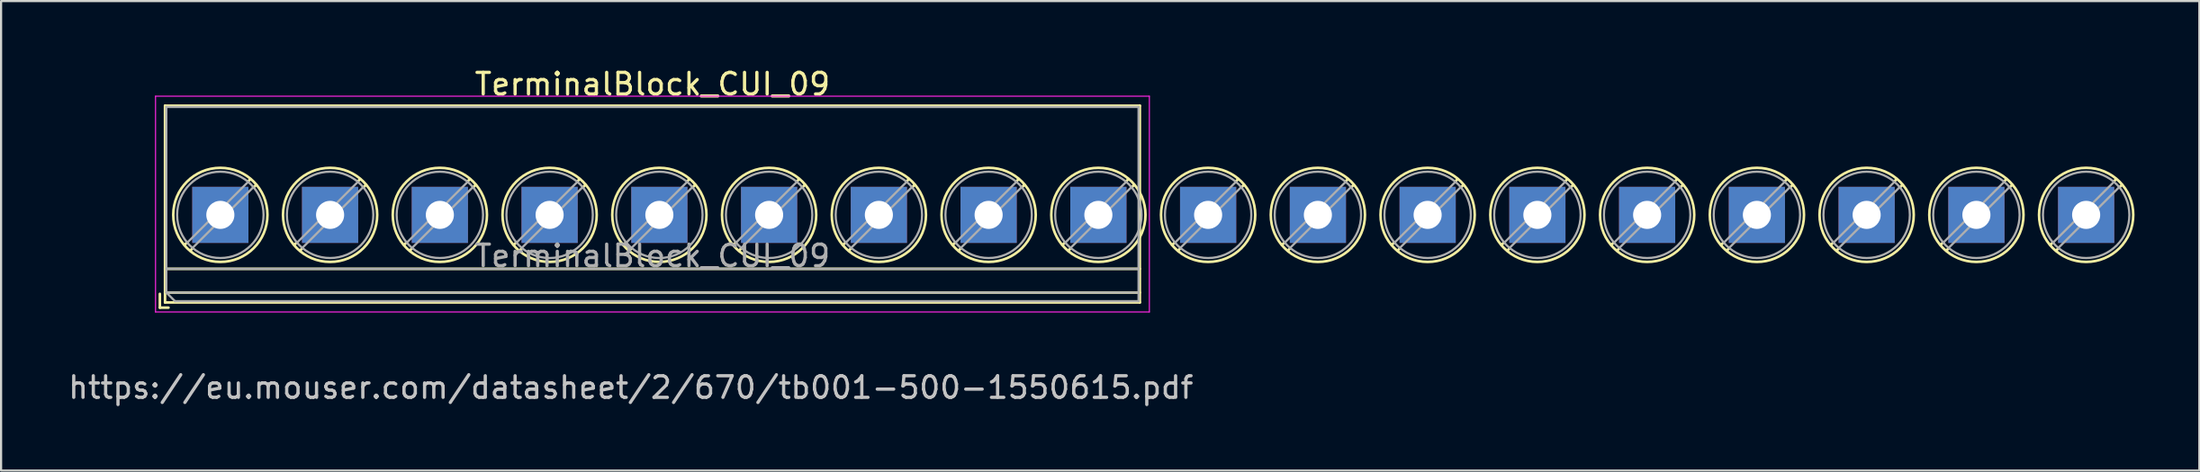
<source format=kicad_pcb>
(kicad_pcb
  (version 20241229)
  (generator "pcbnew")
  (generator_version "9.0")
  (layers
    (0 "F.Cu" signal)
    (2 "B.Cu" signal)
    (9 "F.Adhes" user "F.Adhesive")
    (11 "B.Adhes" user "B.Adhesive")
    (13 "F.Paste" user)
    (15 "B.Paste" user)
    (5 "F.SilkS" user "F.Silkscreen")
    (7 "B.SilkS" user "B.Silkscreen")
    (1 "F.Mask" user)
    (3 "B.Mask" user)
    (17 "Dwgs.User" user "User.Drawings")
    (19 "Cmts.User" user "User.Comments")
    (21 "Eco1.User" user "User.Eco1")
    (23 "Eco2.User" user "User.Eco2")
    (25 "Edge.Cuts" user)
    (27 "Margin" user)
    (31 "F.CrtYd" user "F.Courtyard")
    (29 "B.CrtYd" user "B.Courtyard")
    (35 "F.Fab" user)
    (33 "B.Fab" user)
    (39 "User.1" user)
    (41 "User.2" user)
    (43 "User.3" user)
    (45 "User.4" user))
  (footprint "TerminalBlock_CUI_09"
    (layer "F.Cu")
    (at 7.149 6.908)
    (property "Reference" "TerminalBlock_CUI_09" (at 20 -6.06 0) (layer "F.SilkS") (effects (font (size 1 1) (thickness 0.15))))
    (attr through_hole)
    (fp_line (start -2.8 3.66) (end -2.8 4.3) (stroke (width 0.12) (type solid)) (layer "F.SilkS"))
    (fp_line (start -2.8 4.3) (end -2.4 4.3) (stroke (width 0.12) (type solid)) (layer "F.SilkS"))
    (fp_line (start -2.56 -5.06) (end -2.56 4.06) (stroke (width 0.12) (type solid)) (layer "F.SilkS"))
    (fp_line (start -2.56 -5.06) (end 42.56 -5.06) (stroke (width 0.12) (type solid)) (layer "F.SilkS"))
    (fp_line (start -2.56 2.5) (end 42.56 2.5) (stroke (width 0.12) (type solid)) (layer "F.SilkS"))
    (fp_line (start -2.56 3.6) (end 42.56 3.6) (stroke (width 0.12) (type solid)) (layer "F.SilkS"))
    (fp_line (start -2.56 4.06) (end 42.56 4.06) (stroke (width 0.12) (type solid)) (layer "F.SilkS"))
    (fp_line (start -1.548 1.281) (end -1.654 1.388) (stroke (width 0.12) (type solid)) (layer "F.SilkS"))
    (fp_line (start -1.282 1.547) (end -1.388 1.654) (stroke (width 0.12) (type solid)) (layer "F.SilkS"))
    (fp_line (start 1.388 -1.654) (end 1.281 -1.547) (stroke (width 0.12) (type solid)) (layer "F.SilkS"))
    (fp_line (start 1.654 -1.388) (end 1.547 -1.281) (stroke (width 0.12) (type solid)) (layer "F.SilkS"))
    (fp_line (start 3.532 1.281) (end 3.426 1.388) (stroke (width 0.12) (type solid)) (layer "F.SilkS"))
    (fp_line (start 3.798 1.547) (end 3.692 1.654) (stroke (width 0.12) (type solid)) (layer "F.SilkS"))
    (fp_line (start 6.468 -1.654) (end 6.361 -1.547) (stroke (width 0.12) (type solid)) (layer "F.SilkS"))
    (fp_line (start 6.734 -1.388) (end 6.627 -1.281) (stroke (width 0.12) (type solid)) (layer "F.SilkS"))
    (fp_line (start 8.612 1.281) (end 8.506 1.388) (stroke (width 0.12) (type solid)) (layer "F.SilkS"))
    (fp_line (start 8.878 1.547) (end 8.772 1.654) (stroke (width 0.12) (type solid)) (layer "F.SilkS"))
    (fp_line (start 11.548 -1.654) (end 11.441 -1.547) (stroke (width 0.12) (type solid)) (layer "F.SilkS"))
    (fp_line (start 11.814 -1.388) (end 11.707 -1.281) (stroke (width 0.12) (type solid)) (layer "F.SilkS"))
    (fp_line (start 13.692 1.281) (end 13.586 1.388) (stroke (width 0.12) (type solid)) (layer "F.SilkS"))
    (fp_line (start 13.958 1.547) (end 13.852 1.654) (stroke (width 0.12) (type solid)) (layer "F.SilkS"))
    (fp_line (start 16.628 -1.654) (end 16.521 -1.547) (stroke (width 0.12) (type solid)) (layer "F.SilkS"))
    (fp_line (start 16.894 -1.388) (end 16.787 -1.281) (stroke (width 0.12) (type solid)) (layer "F.SilkS"))
    (fp_line (start 18.772 1.281) (end 18.666 1.388) (stroke (width 0.12) (type solid)) (layer "F.SilkS"))
    (fp_line (start 19.038 1.547) (end 18.932 1.654) (stroke (width 0.12) (type solid)) (layer "F.SilkS"))
    (fp_line (start 21.708 -1.654) (end 21.601 -1.547) (stroke (width 0.12) (type solid)) (layer "F.SilkS"))
    (fp_line (start 21.974 -1.388) (end 21.867 -1.281) (stroke (width 0.12) (type solid)) (layer "F.SilkS"))
    (fp_line (start 23.852 1.281) (end 23.746 1.388) (stroke (width 0.12) (type solid)) (layer "F.SilkS"))
    (fp_line (start 24.118 1.547) (end 24.012 1.654) (stroke (width 0.12) (type solid)) (layer "F.SilkS"))
    (fp_line (start 26.788 -1.654) (end 26.681 -1.547) (stroke (width 0.12) (type solid)) (layer "F.SilkS"))
    (fp_line (start 27.054 -1.388) (end 26.947 -1.281) (stroke (width 0.12) (type solid)) (layer "F.SilkS"))
    (fp_line (start 28.932 1.281) (end 28.826 1.388) (stroke (width 0.12) (type solid)) (layer "F.SilkS"))
    (fp_line (start 29.198 1.547) (end 29.092 1.654) (stroke (width 0.12) (type solid)) (layer "F.SilkS"))
    (fp_line (start 31.868 -1.654) (end 31.761 -1.547) (stroke (width 0.12) (type solid)) (layer "F.SilkS"))
    (fp_line (start 32.134 -1.388) (end 32.027 -1.281) (stroke (width 0.12) (type solid)) (layer "F.SilkS"))
    (fp_line (start 34.012 1.281) (end 33.906 1.388) (stroke (width 0.12) (type solid)) (layer "F.SilkS"))
    (fp_line (start 34.278 1.547) (end 34.172 1.654) (stroke (width 0.12) (type solid)) (layer "F.SilkS"))
    (fp_line (start 36.948 -1.654) (end 36.841 -1.547) (stroke (width 0.12) (type solid)) (layer "F.SilkS"))
    (fp_line (start 37.214 -1.388) (end 37.107 -1.281) (stroke (width 0.12) (type solid)) (layer "F.SilkS"))
    (fp_line (start 39.092 1.281) (end 38.986 1.388) (stroke (width 0.12) (type solid)) (layer "F.SilkS"))
    (fp_line (start 39.358 1.547) (end 39.252 1.654) (stroke (width 0.12) (type solid)) (layer "F.SilkS"))
    (fp_line (start 42.028 -1.654) (end 41.921 -1.547) (stroke (width 0.12) (type solid)) (layer "F.SilkS"))
    (fp_line (start 42.294 -1.388) (end 42.187 -1.281) (stroke (width 0.12) (type solid)) (layer "F.SilkS"))
    (fp_line (start 42.56 -5.06) (end 42.56 4.06) (stroke (width 0.12) (type solid)) (layer "F.SilkS"))
    (fp_line (start 44.172 1.281) (end 44.066 1.388) (stroke (width 0.12) (type solid)) (layer "F.SilkS"))
    (fp_line (start 44.438 1.547) (end 44.332 1.654) (stroke (width 0.12) (type solid)) (layer "F.SilkS"))
    (fp_line (start 47.108 -1.654) (end 47.001 -1.547) (stroke (width 0.12) (type solid)) (layer "F.SilkS"))
    (fp_line (start 47.374 -1.388) (end 47.267 -1.281) (stroke (width 0.12) (type solid)) (layer "F.SilkS"))
    (fp_line (start 49.252 1.281) (end 49.146 1.388) (stroke (width 0.12) (type solid)) (layer "F.SilkS"))
    (fp_line (start 49.518 1.547) (end 49.412 1.654) (stroke (width 0.12) (type solid)) (layer "F.SilkS"))
    (fp_line (start 52.188 -1.654) (end 52.081 -1.547) (stroke (width 0.12) (type solid)) (layer "F.SilkS"))
    (fp_line (start 52.454 -1.388) (end 52.347 -1.281) (stroke (width 0.12) (type solid)) (layer "F.SilkS"))
    (fp_line (start 54.332 1.281) (end 54.226 1.388) (stroke (width 0.12) (type solid)) (layer "F.SilkS"))
    (fp_line (start 54.598 1.547) (end 54.492 1.654) (stroke (width 0.12) (type solid)) (layer "F.SilkS"))
    (fp_line (start 57.268 -1.654) (end 57.161 -1.547) (stroke (width 0.12) (type solid)) (layer "F.SilkS"))
    (fp_line (start 57.534 -1.388) (end 57.427 -1.281) (stroke (width 0.12) (type solid)) (layer "F.SilkS"))
    (fp_line (start 59.412 1.281) (end 59.306 1.388) (stroke (width 0.12) (type solid)) (layer "F.SilkS"))
    (fp_line (start 59.678 1.547) (end 59.572 1.654) (stroke (width 0.12) (type solid)) (layer "F.SilkS"))
    (fp_line (start 62.348 -1.654) (end 62.241 -1.547) (stroke (width 0.12) (type solid)) (layer "F.SilkS"))
    (fp_line (start 62.614 -1.388) (end 62.507 -1.281) (stroke (width 0.12) (type solid)) (layer "F.SilkS"))
    (fp_line (start 64.492 1.281) (end 64.386 1.388) (stroke (width 0.12) (type solid)) (layer "F.SilkS"))
    (fp_line (start 64.758 1.547) (end 64.652 1.654) (stroke (width 0.12) (type solid)) (layer "F.SilkS"))
    (fp_line (start 67.428 -1.654) (end 67.321 -1.547) (stroke (width 0.12) (type solid)) (layer "F.SilkS"))
    (fp_line (start 67.694 -1.388) (end 67.587 -1.281) (stroke (width 0.12) (type solid)) (layer "F.SilkS"))
    (fp_line (start 69.572 1.281) (end 69.466 1.388) (stroke (width 0.12) (type solid)) (layer "F.SilkS"))
    (fp_line (start 69.838 1.547) (end 69.732 1.654) (stroke (width 0.12) (type solid)) (layer "F.SilkS"))
    (fp_line (start 72.508 -1.654) (end 72.401 -1.547) (stroke (width 0.12) (type solid)) (layer "F.SilkS"))
    (fp_line (start 72.774 -1.388) (end 72.667 -1.281) (stroke (width 0.12) (type solid)) (layer "F.SilkS"))
    (fp_line (start 74.652 1.281) (end 74.546 1.388) (stroke (width 0.12) (type solid)) (layer "F.SilkS"))
    (fp_line (start 74.918 1.547) (end 74.812 1.654) (stroke (width 0.12) (type solid)) (layer "F.SilkS"))
    (fp_line (start 77.588 -1.654) (end 77.481 -1.547) (stroke (width 0.12) (type solid)) (layer "F.SilkS"))
    (fp_line (start 77.854 -1.388) (end 77.747 -1.281) (stroke (width 0.12) (type solid)) (layer "F.SilkS"))
    (fp_line (start 79.732 1.281) (end 79.626 1.388) (stroke (width 0.12) (type solid)) (layer "F.SilkS"))
    (fp_line (start 79.998 1.547) (end 79.892 1.654) (stroke (width 0.12) (type solid)) (layer "F.SilkS"))
    (fp_line (start 82.668 -1.654) (end 82.561 -1.547) (stroke (width 0.12) (type solid)) (layer "F.SilkS"))
    (fp_line (start 82.934 -1.388) (end 82.827 -1.281) (stroke (width 0.12) (type solid)) (layer "F.SilkS"))
    (fp_line (start 84.812 1.281) (end 84.706 1.388) (stroke (width 0.12) (type solid)) (layer "F.SilkS"))
    (fp_line (start 85.078 1.547) (end 84.972 1.654) (stroke (width 0.12) (type solid)) (layer "F.SilkS"))
    (fp_line (start 87.748 -1.654) (end 87.641 -1.547) (stroke (width 0.12) (type solid)) (layer "F.SilkS"))
    (fp_line (start 88.014 -1.388) (end 87.907 -1.281) (stroke (width 0.12) (type solid)) (layer "F.SilkS"))
    (fp_circle (center 0 0) (end 2.18 0) (stroke (width 0.12) (type solid)) (fill no) (layer "F.SilkS"))
    (fp_circle (center 5.08 0) (end 7.26 0) (stroke (width 0.12) (type solid)) (fill no) (layer "F.SilkS"))
    (fp_circle (center 10.16 0) (end 12.34 0) (stroke (width 0.12) (type solid)) (fill no) (layer "F.SilkS"))
    (fp_circle (center 15.24 0) (end 17.42 0) (stroke (width 0.12) (type solid)) (fill no) (layer "F.SilkS"))
    (fp_circle (center 20.32 0) (end 22.5 0) (stroke (width 0.12) (type solid)) (fill no) (layer "F.SilkS"))
    (fp_circle (center 25.4 0) (end 27.58 0) (stroke (width 0.12) (type solid)) (fill no) (layer "F.SilkS"))
    (fp_circle (center 30.48 0) (end 32.66 0) (stroke (width 0.12) (type solid)) (fill no) (layer "F.SilkS"))
    (fp_circle (center 35.56 0) (end 37.74 0) (stroke (width 0.12) (type solid)) (fill no) (layer "F.SilkS"))
    (fp_circle (center 40.64 0) (end 42.82 0) (stroke (width 0.12) (type solid)) (fill no) (layer "F.SilkS"))
    (fp_circle (center 45.72 0) (end 47.9 0) (stroke (width 0.12) (type solid)) (fill no) (layer "F.SilkS"))
    (fp_circle (center 50.8 0) (end 52.98 0) (stroke (width 0.12) (type solid)) (fill no) (layer "F.SilkS"))
    (fp_circle (center 55.88 0) (end 58.06 0) (stroke (width 0.12) (type solid)) (fill no) (layer "F.SilkS"))
    (fp_circle (center 60.96 0) (end 63.14 0) (stroke (width 0.12) (type solid)) (fill no) (layer "F.SilkS"))
    (fp_circle (center 66.04 0) (end 68.22 0) (stroke (width 0.12) (type solid)) (fill no) (layer "F.SilkS"))
    (fp_circle (center 71.12 0) (end 73.3 0) (stroke (width 0.12) (type solid)) (fill no) (layer "F.SilkS"))
    (fp_circle (center 76.2 0) (end 78.38 0) (stroke (width 0.12) (type solid)) (fill no) (layer "F.SilkS"))
    (fp_circle (center 81.28 0) (end 83.46 0) (stroke (width 0.12) (type solid)) (fill no) (layer "F.SilkS"))
    (fp_circle (center 86.36 0) (end 88.54 0) (stroke (width 0.12) (type solid)) (fill no) (layer "F.SilkS"))
    (fp_line (start -3 -5.5) (end -3 4.5) (stroke (width 0.05) (type solid)) (layer "F.CrtYd"))
    (fp_line (start -3 4.5) (end 43 4.5) (stroke (width 0.05) (type solid)) (layer "F.CrtYd"))
    (fp_line (start 43 -5.5) (end -3 -5.5) (stroke (width 0.05) (type solid)) (layer "F.CrtYd"))
    (fp_line (start 43 4.5) (end 43 -5.5) (stroke (width 0.05) (type solid)) (layer "F.CrtYd"))
    (fp_line (start -2.5 -5) (end 42.5 -5) (stroke (width 0.1) (type solid)) (layer "F.Fab"))
    (fp_line (start -2.5 2.5) (end 42.5 2.5) (stroke (width 0.1) (type solid)) (layer "F.Fab"))
    (fp_line (start -2.5 3.6) (end -2.5 -5) (stroke (width 0.1) (type solid)) (layer "F.Fab"))
    (fp_line (start -2.5 3.6) (end 42.5 3.6) (stroke (width 0.1) (type solid)) (layer "F.Fab"))
    (fp_line (start -2.1 4) (end -2.5 3.6) (stroke (width 0.1) (type solid)) (layer "F.Fab"))
    (fp_line (start 1.273 -1.517) (end -1.517 1.273) (stroke (width 0.1) (type solid)) (layer "F.Fab"))
    (fp_line (start 1.517 -1.273) (end -1.273 1.517) (stroke (width 0.1) (type solid)) (layer "F.Fab"))
    (fp_line (start 6.353 -1.517) (end 3.563 1.273) (stroke (width 0.1) (type solid)) (layer "F.Fab"))
    (fp_line (start 6.597 -1.273) (end 3.807 1.517) (stroke (width 0.1) (type solid)) (layer "F.Fab"))
    (fp_line (start 11.433 -1.517) (end 8.643 1.273) (stroke (width 0.1) (type solid)) (layer "F.Fab"))
    (fp_line (start 11.677 -1.273) (end 8.887 1.517) (stroke (width 0.1) (type solid)) (layer "F.Fab"))
    (fp_line (start 16.513 -1.517) (end 13.723 1.273) (stroke (width 0.1) (type solid)) (layer "F.Fab"))
    (fp_line (start 16.757 -1.273) (end 13.967 1.517) (stroke (width 0.1) (type solid)) (layer "F.Fab"))
    (fp_line (start 21.593 -1.517) (end 18.803 1.273) (stroke (width 0.1) (type solid)) (layer "F.Fab"))
    (fp_line (start 21.837 -1.273) (end 19.047 1.517) (stroke (width 0.1) (type solid)) (layer "F.Fab"))
    (fp_line (start 26.673 -1.517) (end 23.883 1.273) (stroke (width 0.1) (type solid)) (layer "F.Fab"))
    (fp_line (start 26.917 -1.273) (end 24.127 1.517) (stroke (width 0.1) (type solid)) (layer "F.Fab"))
    (fp_line (start 31.753 -1.517) (end 28.963 1.273) (stroke (width 0.1) (type solid)) (layer "F.Fab"))
    (fp_line (start 31.997 -1.273) (end 29.207 1.517) (stroke (width 0.1) (type solid)) (layer "F.Fab"))
    (fp_line (start 36.833 -1.517) (end 34.043 1.273) (stroke (width 0.1) (type solid)) (layer "F.Fab"))
    (fp_line (start 37.077 -1.273) (end 34.287 1.517) (stroke (width 0.1) (type solid)) (layer "F.Fab"))
    (fp_line (start 41.913 -1.517) (end 39.123 1.273) (stroke (width 0.1) (type solid)) (layer "F.Fab"))
    (fp_line (start 42.157 -1.273) (end 39.367 1.517) (stroke (width 0.1) (type solid)) (layer "F.Fab"))
    (fp_line (start 42.5 -5) (end 42.5 4) (stroke (width 0.1) (type solid)) (layer "F.Fab"))
    (fp_line (start 42.5 4) (end -2.1 4) (stroke (width 0.1) (type solid)) (layer "F.Fab"))
    (fp_line (start 46.993 -1.517) (end 44.203 1.273) (stroke (width 0.1) (type solid)) (layer "F.Fab"))
    (fp_line (start 47.237 -1.273) (end 44.447 1.517) (stroke (width 0.1) (type solid)) (layer "F.Fab"))
    (fp_line (start 52.073 -1.517) (end 49.283 1.273) (stroke (width 0.1) (type solid)) (layer "F.Fab"))
    (fp_line (start 52.317 -1.273) (end 49.527 1.517) (stroke (width 0.1) (type solid)) (layer "F.Fab"))
    (fp_line (start 57.153 -1.517) (end 54.363 1.273) (stroke (width 0.1) (type solid)) (layer "F.Fab"))
    (fp_line (start 57.397 -1.273) (end 54.607 1.517) (stroke (width 0.1) (type solid)) (layer "F.Fab"))
    (fp_line (start 62.233 -1.517) (end 59.443 1.273) (stroke (width 0.1) (type solid)) (layer "F.Fab"))
    (fp_line (start 62.477 -1.273) (end 59.687 1.517) (stroke (width 0.1) (type solid)) (layer "F.Fab"))
    (fp_line (start 67.313 -1.517) (end 64.523 1.273) (stroke (width 0.1) (type solid)) (layer "F.Fab"))
    (fp_line (start 67.557 -1.273) (end 64.767 1.517) (stroke (width 0.1) (type solid)) (layer "F.Fab"))
    (fp_line (start 72.393 -1.517) (end 69.603 1.273) (stroke (width 0.1) (type solid)) (layer "F.Fab"))
    (fp_line (start 72.637 -1.273) (end 69.847 1.517) (stroke (width 0.1) (type solid)) (layer "F.Fab"))
    (fp_line (start 77.473 -1.517) (end 74.683 1.273) (stroke (width 0.1) (type solid)) (layer "F.Fab"))
    (fp_line (start 77.717 -1.273) (end 74.927 1.517) (stroke (width 0.1) (type solid)) (layer "F.Fab"))
    (fp_line (start 82.553 -1.517) (end 79.763 1.273) (stroke (width 0.1) (type solid)) (layer "F.Fab"))
    (fp_line (start 82.797 -1.273) (end 80.007 1.517) (stroke (width 0.1) (type solid)) (layer "F.Fab"))
    (fp_line (start 87.633 -1.517) (end 84.843 1.273) (stroke (width 0.1) (type solid)) (layer "F.Fab"))
    (fp_line (start 87.877 -1.273) (end 85.087 1.517) (stroke (width 0.1) (type solid)) (layer "F.Fab"))
    (fp_circle (center 0 0) (end 2 0) (stroke (width 0.1) (type solid)) (fill no) (layer "F.Fab"))
    (fp_circle (center 5.08 0) (end 7.08 0) (stroke (width 0.1) (type solid)) (fill no) (layer "F.Fab"))
    (fp_circle (center 10.16 0) (end 12.16 0) (stroke (width 0.1) (type solid)) (fill no) (layer "F.Fab"))
    (fp_circle (center 15.24 0) (end 17.24 0) (stroke (width 0.1) (type solid)) (fill no) (layer "F.Fab"))
    (fp_circle (center 20.32 0) (end 22.32 0) (stroke (width 0.1) (type solid)) (fill no) (layer "F.Fab"))
    (fp_circle (center 25.4 0) (end 27.4 0) (stroke (width 0.1) (type solid)) (fill no) (layer "F.Fab"))
    (fp_circle (center 30.48 0) (end 32.48 0) (stroke (width 0.1) (type solid)) (fill no) (layer "F.Fab"))
    (fp_circle (center 35.56 0) (end 37.56 0) (stroke (width 0.1) (type solid)) (fill no) (layer "F.Fab"))
    (fp_circle (center 40.64 0) (end 42.64 0) (stroke (width 0.1) (type solid)) (fill no) (layer "F.Fab"))
    (fp_circle (center 45.72 0) (end 47.72 0) (stroke (width 0.1) (type solid)) (fill no) (layer "F.Fab"))
    (fp_circle (center 50.8 0) (end 52.8 0) (stroke (width 0.1) (type solid)) (fill no) (layer "F.Fab"))
    (fp_circle (center 55.88 0) (end 57.88 0) (stroke (width 0.1) (type solid)) (fill no) (layer "F.Fab"))
    (fp_circle (center 60.96 0) (end 62.96 0) (stroke (width 0.1) (type solid)) (fill no) (layer "F.Fab"))
    (fp_circle (center 66.04 0) (end 68.04 0) (stroke (width 0.1) (type solid)) (fill no) (layer "F.Fab"))
    (fp_circle (center 71.12 0) (end 73.12 0) (stroke (width 0.1) (type solid)) (fill no) (layer "F.Fab"))
    (fp_circle (center 76.2 0) (end 78.2 0) (stroke (width 0.1) (type solid)) (fill no) (layer "F.Fab"))
    (fp_circle (center 81.28 0) (end 83.28 0) (stroke (width 0.1) (type solid)) (fill no) (layer "F.Fab"))
    (fp_circle (center 86.36 0) (end 88.36 0) (stroke (width 0.1) (type solid)) (fill no) (layer "F.Fab"))
    (fp_text user "https://eu.mouser.com/datasheet/2/670/tb001-500-1550615.pdf" (at 19 8 0) (layer "Dwgs.User") (effects (font (size 1 1) (thickness 0.15))))
    (fp_text user "${REFERENCE}" (at 20 1.9 0) (layer "F.Fab") (effects (font (size 1 1) (thickness 0.15))))
    (pad "1" thru_hole rect (at 0 0) (size 2.6 2.6) (drill 1.3) (layers "*.Cu" "*.Mask"))
    (pad "2" thru_hole rect (at 5.08 0) (size 2.6 2.6) (drill 1.3) (layers "*.Cu" "*.Mask"))
    (pad "3" thru_hole rect (at 10.16 0) (size 2.6 2.6) (drill 1.3) (layers "*.Cu" "*.Mask"))
    (pad "4" thru_hole rect (at 15.24 0) (size 2.6 2.6) (drill 1.3) (layers "*.Cu" "*.Mask"))
    (pad "5" thru_hole rect (at 20.32 0) (size 2.6 2.6) (drill 1.3) (layers "*.Cu" "*.Mask"))
    (pad "6" thru_hole rect (at 25.4 0) (size 2.6 2.6) (drill 1.3) (layers "*.Cu" "*.Mask"))
    (pad "7" thru_hole rect (at 30.48 0) (size 2.6 2.6) (drill 1.3) (layers "*.Cu" "*.Mask"))
    (pad "8" thru_hole rect (at 35.56 0) (size 2.6 2.6) (drill 1.3) (layers "*.Cu" "*.Mask"))
    (pad "9" thru_hole rect (at 40.64 0) (size 2.6 2.6) (drill 1.3) (layers "*.Cu" "*.Mask"))
    (pad "10" thru_hole rect (at 45.72 0) (size 2.6 2.6) (drill 1.3) (layers "*.Cu" "*.Mask"))
    (pad "11" thru_hole rect (at 50.8 0) (size 2.6 2.6) (drill 1.3) (layers "*.Cu" "*.Mask"))
    (pad "12" thru_hole rect (at 55.88 0) (size 2.6 2.6) (drill 1.3) (layers "*.Cu" "*.Mask"))
    (pad "13" thru_hole rect (at 60.96 0) (size 2.6 2.6) (drill 1.3) (layers "*.Cu" "*.Mask"))
    (pad "14" thru_hole rect (at 66.04 0) (size 2.6 2.6) (drill 1.3) (layers "*.Cu" "*.Mask"))
    (pad "15" thru_hole rect (at 71.12 0) (size 2.6 2.6) (drill 1.3) (layers "*.Cu" "*.Mask"))
    (pad "16" thru_hole rect (at 76.2 0) (size 2.6 2.6) (drill 1.3) (layers "*.Cu" "*.Mask"))
    (pad "17" thru_hole rect (at 81.28 0) (size 2.6 2.6) (drill 1.3) (layers "*.Cu" "*.Mask"))
    (pad "18" thru_hole rect (at 86.36 0) (size 2.6 2.6) (drill 1.3) (layers "*.Cu" "*.Mask")))
  (gr_rect
    (start -3 -3)
    (end 98.749 18.756)
    (stroke (width 0.1) (type default))
    (fill no)
    (layer "Edge.Cuts")))
</source>
